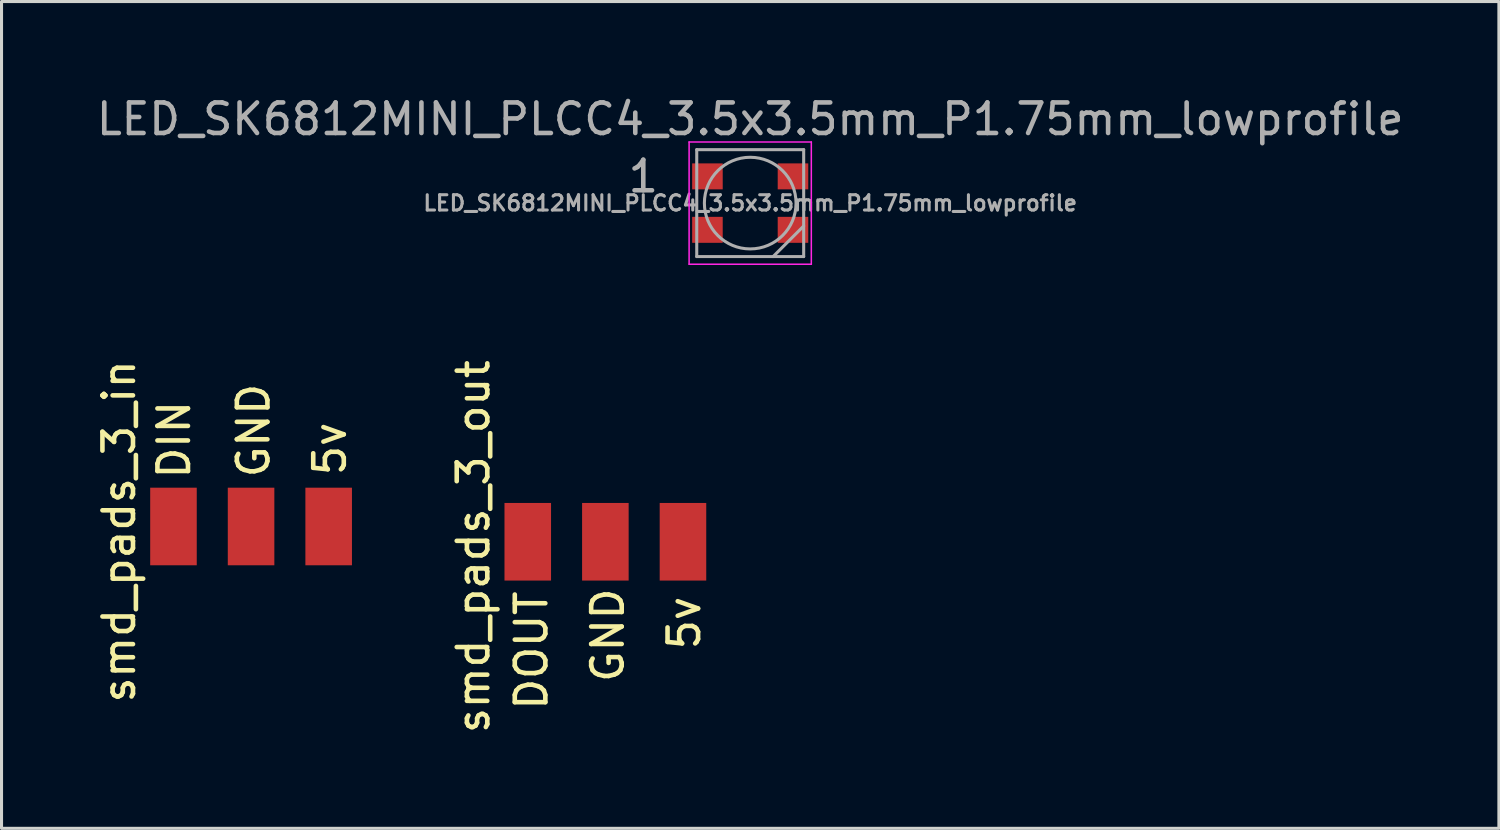
<source format=kicad_pcb>
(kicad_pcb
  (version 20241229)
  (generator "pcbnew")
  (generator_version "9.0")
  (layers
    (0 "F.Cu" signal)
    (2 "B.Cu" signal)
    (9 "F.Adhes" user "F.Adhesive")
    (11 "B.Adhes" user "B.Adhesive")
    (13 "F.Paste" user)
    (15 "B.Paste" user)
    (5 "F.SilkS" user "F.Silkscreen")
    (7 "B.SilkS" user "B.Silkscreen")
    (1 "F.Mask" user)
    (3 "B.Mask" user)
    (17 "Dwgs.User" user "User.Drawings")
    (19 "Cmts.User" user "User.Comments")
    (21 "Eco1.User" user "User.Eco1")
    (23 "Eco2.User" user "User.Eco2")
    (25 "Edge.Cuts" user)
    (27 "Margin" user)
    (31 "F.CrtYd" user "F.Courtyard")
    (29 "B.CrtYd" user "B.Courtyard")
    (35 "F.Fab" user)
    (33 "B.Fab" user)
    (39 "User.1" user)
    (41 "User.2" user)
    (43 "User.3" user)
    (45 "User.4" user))
  (footprint "LED_SK6812MINI_PLCC4_3.5x3.5mm_P1.75mm_lowprofile"
    (layer "F.Cu")
    (at 21.506 3.598)
    (property "Reference" "LED_SK6812MINI_PLCC4_3.5x3.5mm_P1.75mm_lowprofile" (at 0 -2.75 0) (layer "F.Fab") (effects (font (size 1 1) (thickness 0.15))))
    (attr smd)
    (fp_line (start -2 -2) (end -2 2) (stroke (width 0.05) (type solid)) (layer "F.CrtYd"))
    (fp_line (start -2 2) (end 2 2) (stroke (width 0.05) (type solid)) (layer "F.CrtYd"))
    (fp_line (start 2 -2) (end -2 -2) (stroke (width 0.05) (type solid)) (layer "F.CrtYd"))
    (fp_line (start 2 2) (end 2 -2) (stroke (width 0.05) (type solid)) (layer "F.CrtYd"))
    (fp_line (start -1.75 -1.75) (end -1.75 1.75) (stroke (width 0.1) (type solid)) (layer "F.Fab"))
    (fp_line (start -1.75 1.75) (end 1.75 1.75) (stroke (width 0.1) (type solid)) (layer "F.Fab"))
    (fp_line (start 1.75 -1.75) (end -1.75 -1.75) (stroke (width 0.1) (type solid)) (layer "F.Fab"))
    (fp_line (start 1.75 0.75) (end 0.75 1.75) (stroke (width 0.1) (type solid)) (layer "F.Fab"))
    (fp_line (start 1.75 1.75) (end 1.75 -1.75) (stroke (width 0.1) (type solid)) (layer "F.Fab"))
    (fp_circle (center 0 0) (end 0 -1.5) (stroke (width 0.1) (type solid)) (fill no) (layer "F.Fab"))
    (fp_text user "${REFERENCE}" (at 0 0 0) (layer "F.Fab") (effects (font (size 0.5 0.5) (thickness 0.1))))
    (fp_text user "1" (at -3.5 -0.875 0) (layer "F.Fab") (effects (font (size 1 1) (thickness 0.15))))
    (pad "1" smd rect (at -1.4 -0.875) (size 1 0.85) (layers "F.Cu" "F.Mask" "F.Paste"))
    (pad "2" smd rect (at -1.4 0.875) (size 1 0.85) (layers "F.Cu" "F.Mask" "F.Paste"))
    (pad "3" smd rect (at 1.4 0.875) (size 1 0.85) (layers "F.Cu" "F.Mask" "F.Paste"))
    (pad "4" smd rect (at 1.4 -0.875) (size 1 0.85) (layers "F.Cu" "F.Mask" "F.Paste")))
  (footprint "smd_pads_3_out"
    (layer "F.Cu")
    (at 16.745 12.443)
    (property "Reference" "smd_pads_3_out" (at -4.3 2.4 90) (layer "F.SilkS") (effects (font (size 1 1) (thickness 0.15))))
    (attr through_hole)
    (fp_text user "5v" (at 2.6 4.9 90) (layer "F.SilkS") (effects (font (size 1 1) (thickness 0.15))))
    (fp_text user "GND" (at 0.1 5.3 90) (layer "F.SilkS") (effects (font (size 1 1) (thickness 0.15))))
    (fp_text user "DOUT" (at -2.4 5.8 90) (layer "F.SilkS") (effects (font (size 1 1) (thickness 0.15))))
    (pad "1" smd rect (at 2.56 2.24) (size 1.524 2.54) (layers "F.Cu" "F.Mask" "F.Paste"))
    (pad "2" smd rect (at 0.02 2.24) (size 1.524 2.54) (layers "F.Cu" "F.Mask" "F.Paste"))
    (pad "3" smd rect (at -2.52 2.24) (size 1.524 2.54) (layers "F.Cu" "F.Mask" "F.Paste")))
  (footprint "smd_pads_3_in"
    (layer "F.Cu")
    (at 5.148 11.943)
    (property "Reference" "smd_pads_3_in" (at -4.3 2.4 90) (layer "F.SilkS") (effects (font (size 1 1) (thickness 0.15))))
    (attr through_hole)
    (fp_text user "GND" (at 0.1 -0.9 90) (layer "F.SilkS") (effects (font (size 1 1) (thickness 0.15))))
    (fp_text user "5v" (at 2.6 -0.3 90) (layer "F.SilkS") (effects (font (size 1 1) (thickness 0.15))))
    (fp_text user "DIN" (at -2.5 -0.6 270) (layer "F.SilkS") (effects (font (size 1 1) (thickness 0.15))))
    (pad "1" smd rect (at 2.56 2.24) (size 1.524 2.54) (layers "F.Cu" "F.Mask" "F.Paste"))
    (pad "2" smd rect (at 0.02 2.24) (size 1.524 2.54) (layers "F.Cu" "F.Mask" "F.Paste"))
    (pad "3" smd rect (at -2.52 2.24) (size 1.524 2.54) (layers "F.Cu" "F.Mask" "F.Paste")))
  (gr_rect
    (start -3 -3)
    (end 46.012 24.064)
    (stroke (width 0.1) (type default))
    (fill no)
    (layer "Edge.Cuts")))
</source>
